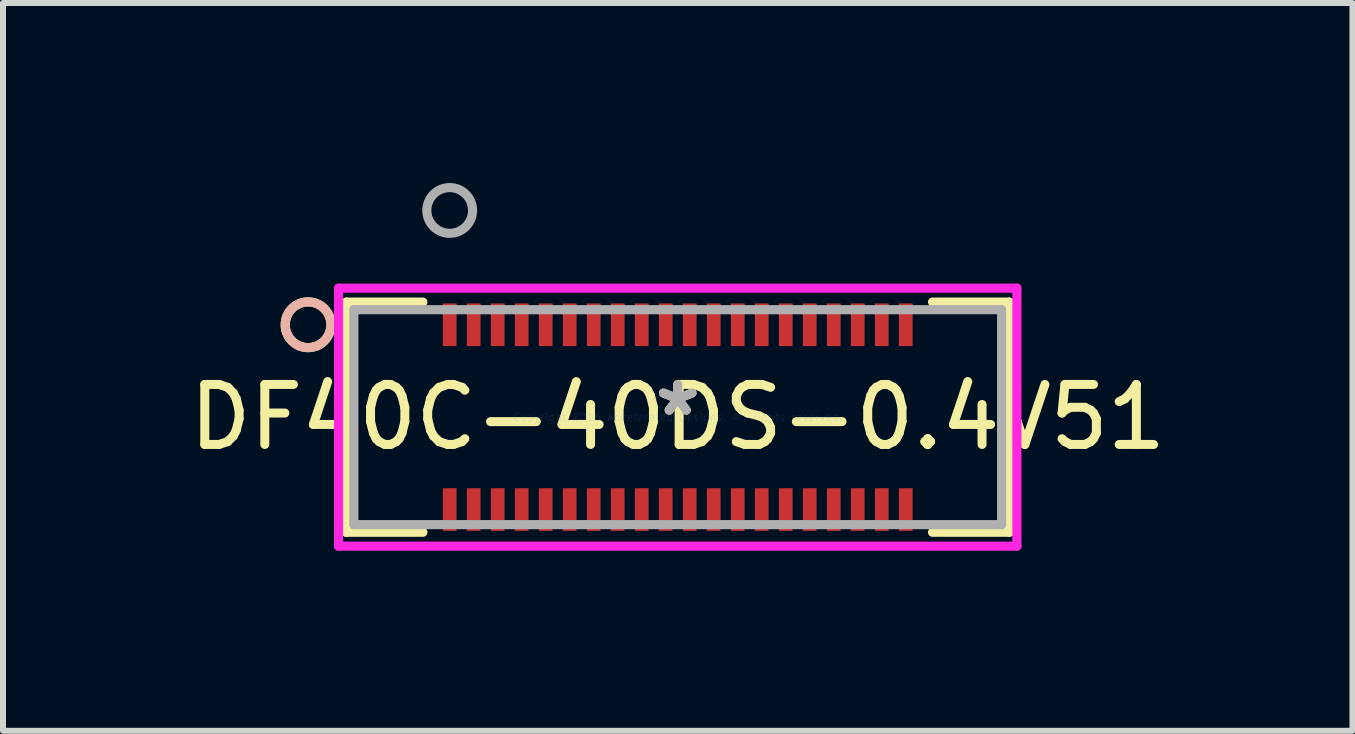
<source format=kicad_pcb>
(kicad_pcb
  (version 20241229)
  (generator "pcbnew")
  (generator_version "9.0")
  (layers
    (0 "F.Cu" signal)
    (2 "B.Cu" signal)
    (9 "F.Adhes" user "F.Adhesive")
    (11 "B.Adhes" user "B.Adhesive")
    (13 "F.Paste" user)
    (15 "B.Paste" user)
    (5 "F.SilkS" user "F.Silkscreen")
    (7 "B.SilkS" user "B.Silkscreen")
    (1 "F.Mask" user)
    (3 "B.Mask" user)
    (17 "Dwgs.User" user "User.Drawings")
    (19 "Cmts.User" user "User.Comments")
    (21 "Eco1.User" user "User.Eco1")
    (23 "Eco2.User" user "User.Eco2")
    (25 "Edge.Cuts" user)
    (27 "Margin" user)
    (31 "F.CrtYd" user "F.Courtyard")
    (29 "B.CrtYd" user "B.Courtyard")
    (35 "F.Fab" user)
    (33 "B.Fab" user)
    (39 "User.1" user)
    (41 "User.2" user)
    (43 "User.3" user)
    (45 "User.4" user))
  (footprint "DF40C-40DS-0.4V51"
    (layer "F.Cu")
    (at 8.244 3.902)
    (property "Reference" "DF40C-40DS-0.4V51" (at 0 0 0) (layer "F.SilkS") (effects (font (size 1 1) (thickness 0.15))))
    (attr through_hole)
    (fp_line (start -5.524 -1.918) (end -5.524 1.918) (stroke (width 0.152) (type solid)) (layer "F.SilkS"))
    (fp_line (start -5.524 1.918) (end -4.246 1.918) (stroke (width 0.152) (type solid)) (layer "F.SilkS"))
    (fp_line (start -4.246 -1.918) (end -5.524 -1.918) (stroke (width 0.152) (type solid)) (layer "F.SilkS"))
    (fp_line (start 4.246 1.918) (end 5.524 1.918) (stroke (width 0.152) (type solid)) (layer "F.SilkS"))
    (fp_line (start 5.524 -1.918) (end 4.246 -1.918) (stroke (width 0.152) (type solid)) (layer "F.SilkS"))
    (fp_line (start 5.524 1.918) (end 5.524 -1.918) (stroke (width 0.152) (type solid)) (layer "F.SilkS"))
    (fp_circle (center -6.16 -1.54) (end -5.779 -1.54) (stroke (width 0.152) (type solid)) (fill no) (layer "F.SilkS"))
    (fp_circle (center -6.16 -1.54) (end -5.779 -1.54) (stroke (width 0.152) (type solid)) (fill no) (layer "B.SilkS"))
    (fp_line (start -5.652 -2.15) (end -5.652 2.15) (stroke (width 0.152) (type solid)) (layer "F.CrtYd"))
    (fp_line (start -5.652 2.15) (end 5.652 2.15) (stroke (width 0.152) (type solid)) (layer "F.CrtYd"))
    (fp_line (start 5.652 -2.15) (end -5.652 -2.15) (stroke (width 0.152) (type solid)) (layer "F.CrtYd"))
    (fp_line (start 5.652 2.15) (end 5.652 -2.15) (stroke (width 0.152) (type solid)) (layer "F.CrtYd"))
    (fp_line (start -5.397 -1.791) (end -5.397 1.791) (stroke (width 0.152) (type solid)) (layer "F.Fab"))
    (fp_line (start -5.397 1.791) (end 5.397 1.791) (stroke (width 0.152) (type solid)) (layer "F.Fab"))
    (fp_line (start 5.397 -1.791) (end -5.397 -1.791) (stroke (width 0.152) (type solid)) (layer "F.Fab"))
    (fp_line (start 5.397 1.791) (end 5.397 -1.791) (stroke (width 0.152) (type solid)) (layer "F.Fab"))
    (fp_circle (center -3.8 -3.445) (end -3.419 -3.445) (stroke (width 0.152) (type solid)) (fill no) (layer "F.Fab"))
    (fp_text user "*" (at 0 0 0) (layer "F.SilkS") (effects (font (size 1 1) (thickness 0.15))))
    (fp_text user "Copyright 2016 Accelerated Designs. All rights reserved." (at 0 0 0) (layer "Cmts.User") (effects (font (size 0.127 0.127) (thickness 0.002))))
    (fp_text user "*" (at 0 0 0) (layer "F.Fab") (effects (font (size 1 1) (thickness 0.15))))
    (pad "1" smd rect (at -3.8 -1.54) (size 0.229 0.711) (layers "F.Cu" "F.Mask" "F.Paste"))
    (pad "2" smd rect (at -3.8 1.54) (size 0.229 0.711) (layers "F.Cu" "F.Mask" "F.Paste"))
    (pad "3" smd rect (at -3.4 -1.54) (size 0.229 0.711) (layers "F.Cu" "F.Mask" "F.Paste"))
    (pad "4" smd rect (at -3.4 1.54) (size 0.229 0.711) (layers "F.Cu" "F.Mask" "F.Paste"))
    (pad "5" smd rect (at -3 -1.54) (size 0.229 0.711) (layers "F.Cu" "F.Mask" "F.Paste"))
    (pad "6" smd rect (at -3 1.54) (size 0.229 0.711) (layers "F.Cu" "F.Mask" "F.Paste"))
    (pad "7" smd rect (at -2.6 -1.54) (size 0.229 0.711) (layers "F.Cu" "F.Mask" "F.Paste"))
    (pad "8" smd rect (at -2.6 1.54) (size 0.229 0.711) (layers "F.Cu" "F.Mask" "F.Paste"))
    (pad "9" smd rect (at -2.2 -1.54) (size 0.229 0.711) (layers "F.Cu" "F.Mask" "F.Paste"))
    (pad "10" smd rect (at -2.2 1.54) (size 0.229 0.711) (layers "F.Cu" "F.Mask" "F.Paste"))
    (pad "11" smd rect (at -1.8 -1.54) (size 0.229 0.711) (layers "F.Cu" "F.Mask" "F.Paste"))
    (pad "12" smd rect (at -1.8 1.54) (size 0.229 0.711) (layers "F.Cu" "F.Mask" "F.Paste"))
    (pad "13" smd rect (at -1.4 -1.54) (size 0.229 0.711) (layers "F.Cu" "F.Mask" "F.Paste"))
    (pad "14" smd rect (at -1.4 1.54) (size 0.229 0.711) (layers "F.Cu" "F.Mask" "F.Paste"))
    (pad "15" smd rect (at -1 -1.54) (size 0.229 0.711) (layers "F.Cu" "F.Mask" "F.Paste"))
    (pad "16" smd rect (at -1 1.54) (size 0.229 0.711) (layers "F.Cu" "F.Mask" "F.Paste"))
    (pad "17" smd rect (at -0.6 -1.54) (size 0.229 0.711) (layers "F.Cu" "F.Mask" "F.Paste"))
    (pad "18" smd rect (at -0.6 1.54) (size 0.229 0.711) (layers "F.Cu" "F.Mask" "F.Paste"))
    (pad "19" smd rect (at -0.2 -1.54) (size 0.229 0.711) (layers "F.Cu" "F.Mask" "F.Paste"))
    (pad "20" smd rect (at -0.2 1.54) (size 0.229 0.711) (layers "F.Cu" "F.Mask" "F.Paste"))
    (pad "21" smd rect (at 0.2 -1.54) (size 0.229 0.711) (layers "F.Cu" "F.Mask" "F.Paste"))
    (pad "22" smd rect (at 0.2 1.54) (size 0.229 0.711) (layers "F.Cu" "F.Mask" "F.Paste"))
    (pad "23" smd rect (at 0.6 -1.54) (size 0.229 0.711) (layers "F.Cu" "F.Mask" "F.Paste"))
    (pad "24" smd rect (at 0.6 1.54) (size 0.229 0.711) (layers "F.Cu" "F.Mask" "F.Paste"))
    (pad "25" smd rect (at 1 -1.54) (size 0.229 0.711) (layers "F.Cu" "F.Mask" "F.Paste"))
    (pad "26" smd rect (at 1 1.54) (size 0.229 0.711) (layers "F.Cu" "F.Mask" "F.Paste"))
    (pad "27" smd rect (at 1.4 -1.54) (size 0.229 0.711) (layers "F.Cu" "F.Mask" "F.Paste"))
    (pad "28" smd rect (at 1.4 1.54) (size 0.229 0.711) (layers "F.Cu" "F.Mask" "F.Paste"))
    (pad "29" smd rect (at 1.8 -1.54) (size 0.229 0.711) (layers "F.Cu" "F.Mask" "F.Paste"))
    (pad "30" smd rect (at 1.8 1.54) (size 0.229 0.711) (layers "F.Cu" "F.Mask" "F.Paste"))
    (pad "31" smd rect (at 2.2 -1.54) (size 0.229 0.711) (layers "F.Cu" "F.Mask" "F.Paste"))
    (pad "32" smd rect (at 2.2 1.54) (size 0.229 0.711) (layers "F.Cu" "F.Mask" "F.Paste"))
    (pad "33" smd rect (at 2.6 -1.54) (size 0.229 0.711) (layers "F.Cu" "F.Mask" "F.Paste"))
    (pad "34" smd rect (at 2.6 1.54) (size 0.229 0.711) (layers "F.Cu" "F.Mask" "F.Paste"))
    (pad "35" smd rect (at 3 -1.54) (size 0.229 0.711) (layers "F.Cu" "F.Mask" "F.Paste"))
    (pad "36" smd rect (at 3 1.54) (size 0.229 0.711) (layers "F.Cu" "F.Mask" "F.Paste"))
    (pad "37" smd rect (at 3.4 -1.54) (size 0.229 0.711) (layers "F.Cu" "F.Mask" "F.Paste"))
    (pad "38" smd rect (at 3.4 1.54) (size 0.229 0.711) (layers "F.Cu" "F.Mask" "F.Paste"))
    (pad "39" smd rect (at 3.8 -1.54) (size 0.229 0.711) (layers "F.Cu" "F.Mask" "F.Paste"))
    (pad "40" smd rect (at 3.8 1.54) (size 0.229 0.711) (layers "F.Cu" "F.Mask" "F.Paste")))
  (gr_rect
    (start -3 -3)
    (end 19.488 9.128)
    (stroke (width 0.1) (type default))
    (fill no)
    (layer "Edge.Cuts")))
</source>
